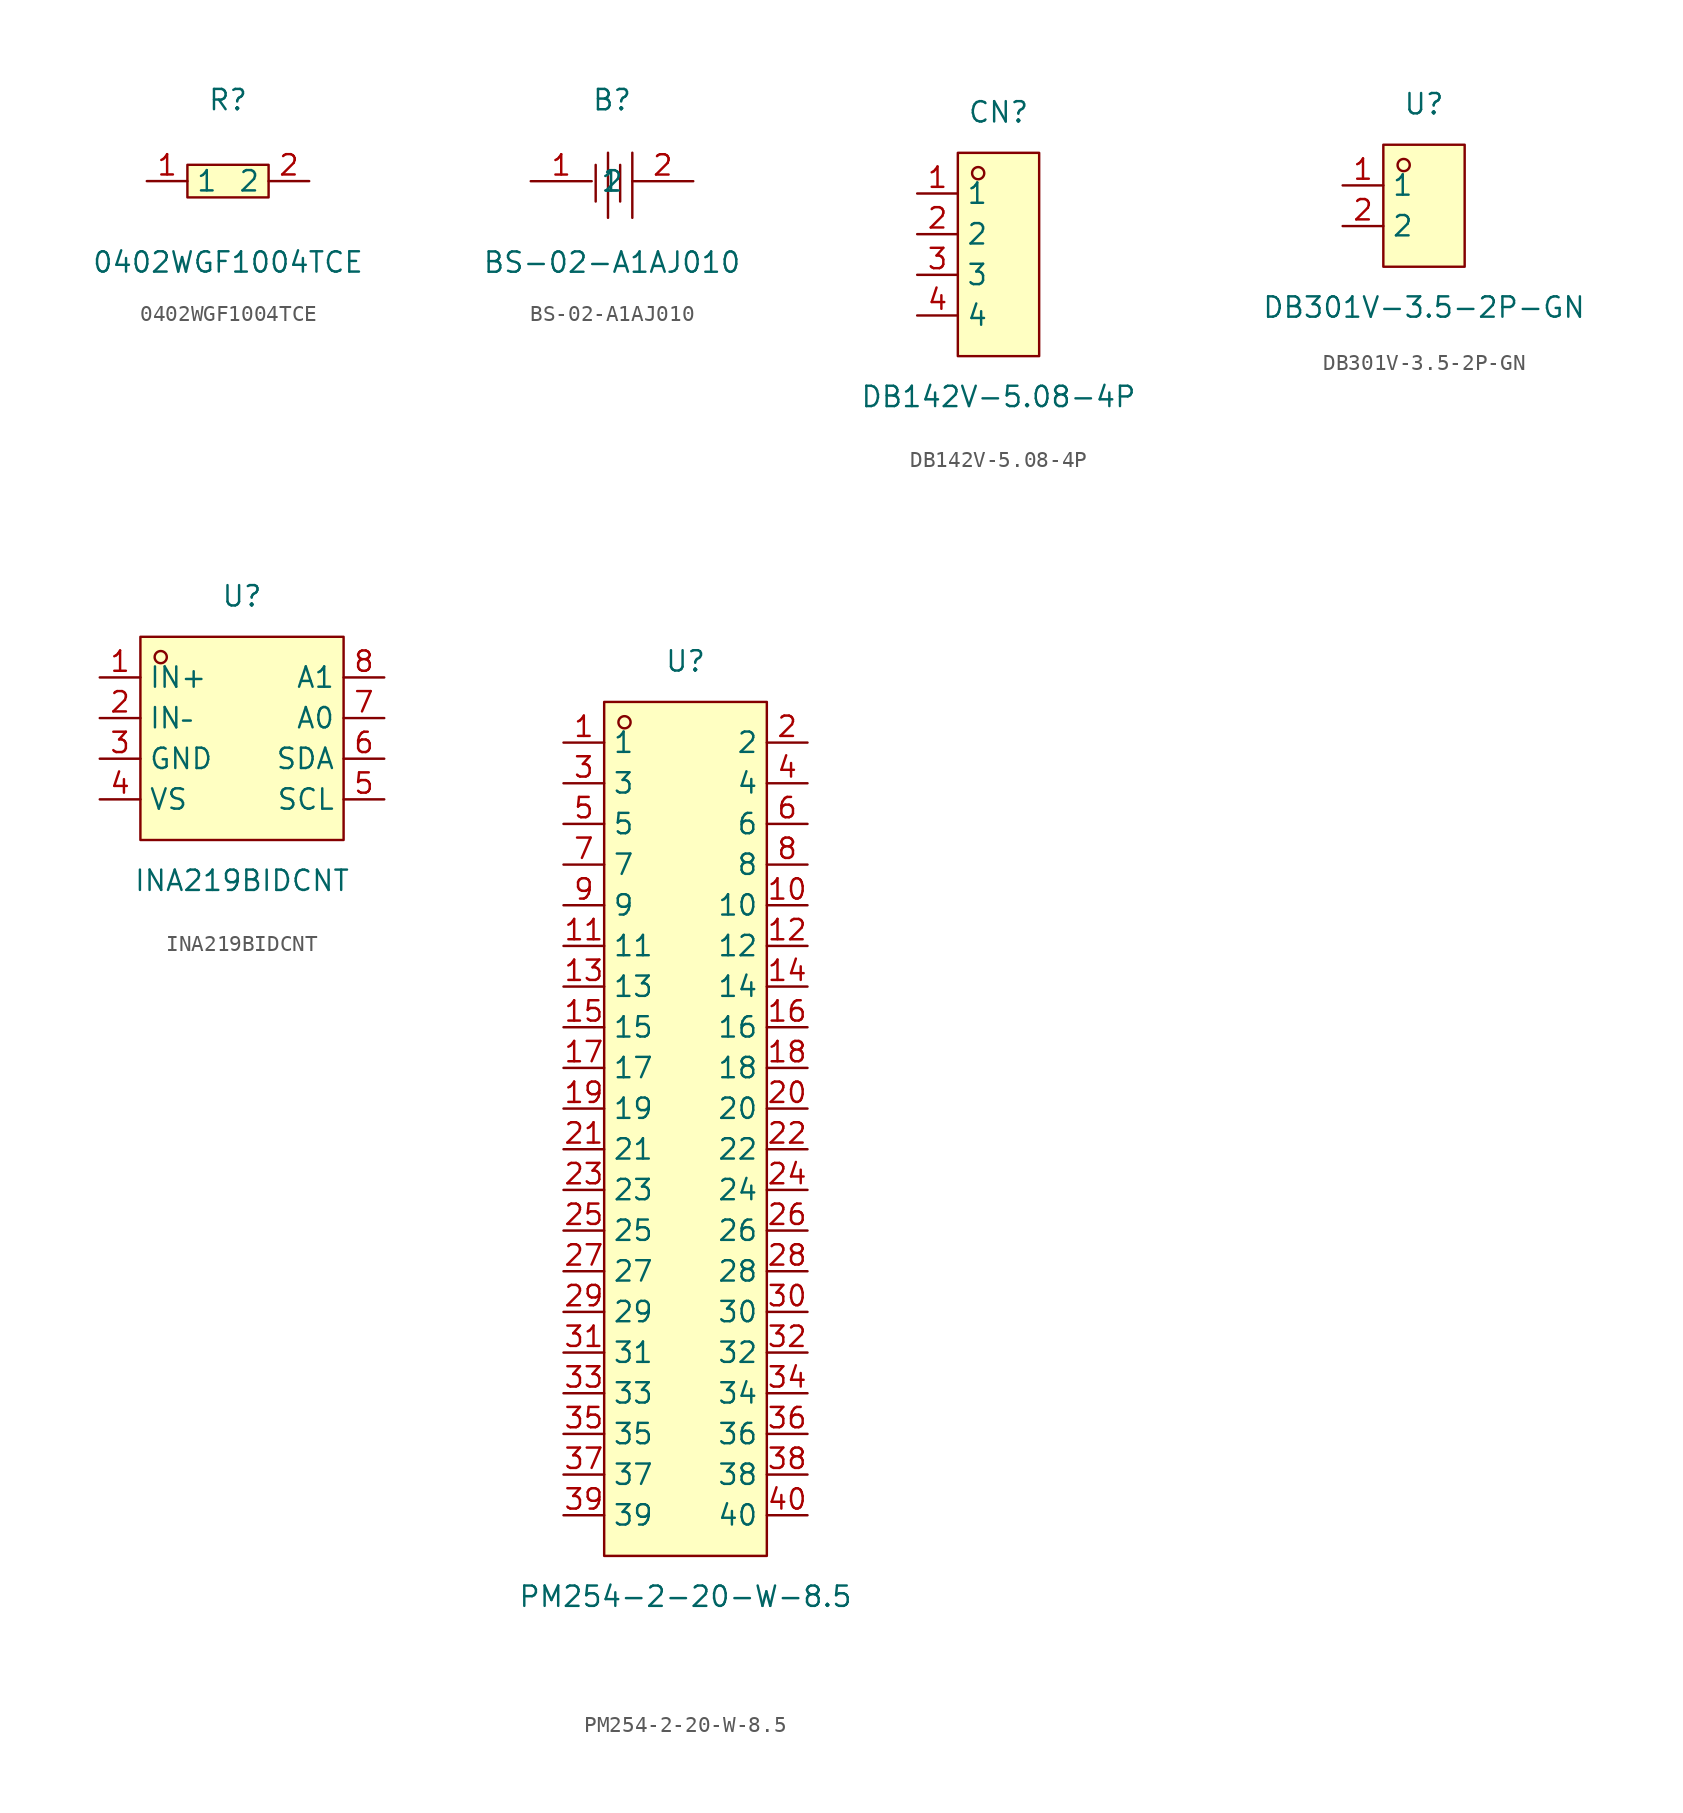
<source format=kicad_sym>
(kicad_symbol_lib
  (version 20241209)
  (generator "kicad_symbol_editor")
  (generator_version "9.0")
  (symbol "0402WGF1004TCE"
    (property "Reference" "R"
      (at 0 5.08 0)
      (effects (font (size 1.27 1.27))))
    (property "Value" "0402WGF1004TCE"
      (at 0 -5.08 0)
      (effects (font (size 1.27 1.27))))
    (symbol "0402WGF1004TCE_0_1"
      (rectangle (start -2.54 1.02) (end 2.54 -1.02) (stroke (width 0) (type default)) (fill (type background)))
      (pin input line (at -5.08 0 0) (length 2.54) (name "1" (effects (font (size 1.27 1.27)))) (number "1" (effects (font (size 1.27 1.27)))))
      (pin input line (at 5.08 0 180) (length 2.54) (name "2" (effects (font (size 1.27 1.27)))) (number "2" (effects (font (size 1.27 1.27)))))))
  (symbol "BS-02-A1AJ010"
    (property "Reference" "B"
      (at 0 5.08 0)
      (effects (font (size 1.27 1.27))))
    (property "Value" "BS-02-A1AJ010"
      (at 0 -5.08 0)
      (effects (font (size 1.27 1.27))))
    (symbol "BS-02-A1AJ010_0_1"
      (polyline (pts (xy -1.02 -1.27) (xy -1.02 1.02)) (stroke (width 0) (type default)) (fill (type none)))
      (polyline (pts (xy -0.25 -2.29) (xy -0.25 1.78)) (stroke (width 0) (type default)) (fill (type none)))
      (polyline (pts (xy 0.51 -1.27) (xy 0.51 1.02)) (stroke (width 0) (type default)) (fill (type none)))
      (polyline (pts (xy 1.27 -2.29) (xy 1.27 1.78)) (stroke (width 0) (type default)) (fill (type none)))
      (pin input line (at -5.08 0 0) (length 3.81) (name "1" (effects (font (size 1.27 1.27)))) (number "1" (effects (font (size 1.27 1.27)))))
      (pin input line (at 5.08 0 180) (length 3.81) (name "2" (effects (font (size 1.27 1.27)))) (number "2" (effects (font (size 1.27 1.27)))))))
  (symbol "DB142V-5.08-4P"
    (property "Reference" "CN"
      (at 0 8.89 0)
      (effects (font (size 1.27 1.27))))
    (property "Value" "DB142V-5.08-4P"
      (at 0 -8.89 0)
      (effects (font (size 1.27 1.27))))
    (symbol "DB142V-5.08-4P_0_1"
      (rectangle (start -2.54 6.35) (end 2.54 -6.35) (stroke (width 0) (type default)) (fill (type background)))
      (circle (center -1.27 5.08) (radius 0.38) (stroke (width 0) (type default)) (fill (type none)))
      (pin unspecified line (at -5.08 3.81 0) (length 2.54) (name "1" (effects (font (size 1.27 1.27)))) (number "1" (effects (font (size 1.27 1.27)))))
      (pin unspecified line (at -5.08 1.27 0) (length 2.54) (name "2" (effects (font (size 1.27 1.27)))) (number "2" (effects (font (size 1.27 1.27)))))
      (pin unspecified line (at -5.08 -1.27 0) (length 2.54) (name "3" (effects (font (size 1.27 1.27)))) (number "3" (effects (font (size 1.27 1.27)))))
      (pin unspecified line (at -5.08 -3.81 0) (length 2.54) (name "4" (effects (font (size 1.27 1.27)))) (number "4" (effects (font (size 1.27 1.27)))))))
  (symbol "DB301V-3.5-2P-GN"
    (property "Reference" "U"
      (at 0 6.35 0)
      (effects (font (size 1.27 1.27))))
    (property "Value" "DB301V-3.5-2P-GN"
      (at 0 -6.35 0)
      (effects (font (size 1.27 1.27))))
    (symbol "DB301V-3.5-2P-GN_0_1"
      (rectangle (start -2.54 3.81) (end 2.54 -3.81) (stroke (width 0) (type default)) (fill (type background)))
      (circle (center -1.27 2.54) (radius 0.38) (stroke (width 0) (type default)) (fill (type none)))
      (pin unspecified line (at -5.08 1.27 0) (length 2.54) (name "1" (effects (font (size 1.27 1.27)))) (number "1" (effects (font (size 1.27 1.27)))))
      (pin unspecified line (at -5.08 -1.27 0) (length 2.54) (name "2" (effects (font (size 1.27 1.27)))) (number "2" (effects (font (size 1.27 1.27)))))))
  (symbol "INA219BIDCNT"
    (property "Reference" "U"
      (at 0 8.89 0)
      (effects (font (size 1.27 1.27))))
    (property "Value" "INA219BIDCNT"
      (at 0 -8.89 0)
      (effects (font (size 1.27 1.27))))
    (symbol "INA219BIDCNT_0_1"
      (rectangle (start -6.35 6.35) (end 6.35 -6.35) (stroke (width 0) (type default)) (fill (type background)))
      (circle (center -5.08 5.08) (radius 0.38) (stroke (width 0) (type default)) (fill (type none)))
      (pin unspecified line (at -8.89 3.81 0) (length 2.54) (name "IN+" (effects (font (size 1.27 1.27)))) (number "1" (effects (font (size 1.27 1.27)))))
      (pin unspecified line (at -8.89 1.27 0) (length 2.54) (name "IN–" (effects (font (size 1.27 1.27)))) (number "2" (effects (font (size 1.27 1.27)))))
      (pin unspecified line (at -8.89 -1.27 0) (length 2.54) (name "GND" (effects (font (size 1.27 1.27)))) (number "3" (effects (font (size 1.27 1.27)))))
      (pin unspecified line (at -8.89 -3.81 0) (length 2.54) (name "VS" (effects (font (size 1.27 1.27)))) (number "4" (effects (font (size 1.27 1.27)))))
      (pin unspecified line (at 8.89 3.81 180) (length 2.54) (name "A1" (effects (font (size 1.27 1.27)))) (number "8" (effects (font (size 1.27 1.27)))))
      (pin unspecified line (at 8.89 1.27 180) (length 2.54) (name "A0" (effects (font (size 1.27 1.27)))) (number "7" (effects (font (size 1.27 1.27)))))
      (pin unspecified line (at 8.89 -1.27 180) (length 2.54) (name "SDA" (effects (font (size 1.27 1.27)))) (number "6" (effects (font (size 1.27 1.27)))))
      (pin unspecified line (at 8.89 -3.81 180) (length 2.54) (name "SCL" (effects (font (size 1.27 1.27)))) (number "5" (effects (font (size 1.27 1.27)))))))
  (symbol "PM254-2-20-W-8.5"
    (property "Reference" "U"
      (at 0 29.21 0)
      (effects (font (size 1.27 1.27))))
    (property "Value" "PM254-2-20-W-8.5"
      (at 0 -29.21 0)
      (effects (font (size 1.27 1.27))))
    (symbol "PM254-2-20-W-8.5_0_1"
      (rectangle (start -5.08 26.67) (end 5.08 -26.67) (stroke (width 0) (type default)) (fill (type background)))
      (circle (center -3.81 25.4) (radius 0.38) (stroke (width 0) (type default)) (fill (type none)))
      (pin unspecified line (at -7.62 24.13 0) (length 2.54) (name "1" (effects (font (size 1.27 1.27)))) (number "1" (effects (font (size 1.27 1.27)))))
      (pin unspecified line (at -7.62 21.59 0) (length 2.54) (name "3" (effects (font (size 1.27 1.27)))) (number "3" (effects (font (size 1.27 1.27)))))
      (pin unspecified line (at -7.62 19.05 0) (length 2.54) (name "5" (effects (font (size 1.27 1.27)))) (number "5" (effects (font (size 1.27 1.27)))))
      (pin unspecified line (at -7.62 16.51 0) (length 2.54) (name "7" (effects (font (size 1.27 1.27)))) (number "7" (effects (font (size 1.27 1.27)))))
      (pin unspecified line (at -7.62 13.97 0) (length 2.54) (name "9" (effects (font (size 1.27 1.27)))) (number "9" (effects (font (size 1.27 1.27)))))
      (pin unspecified line (at -7.62 11.43 0) (length 2.54) (name "11" (effects (font (size 1.27 1.27)))) (number "11" (effects (font (size 1.27 1.27)))))
      (pin unspecified line (at -7.62 8.89 0) (length 2.54) (name "13" (effects (font (size 1.27 1.27)))) (number "13" (effects (font (size 1.27 1.27)))))
      (pin unspecified line (at -7.62 6.35 0) (length 2.54) (name "15" (effects (font (size 1.27 1.27)))) (number "15" (effects (font (size 1.27 1.27)))))
      (pin unspecified line (at -7.62 3.81 0) (length 2.54) (name "17" (effects (font (size 1.27 1.27)))) (number "17" (effects (font (size 1.27 1.27)))))
      (pin unspecified line (at -7.62 1.27 0) (length 2.54) (name "19" (effects (font (size 1.27 1.27)))) (number "19" (effects (font (size 1.27 1.27)))))
      (pin unspecified line (at -7.62 -1.27 0) (length 2.54) (name "21" (effects (font (size 1.27 1.27)))) (number "21" (effects (font (size 1.27 1.27)))))
      (pin unspecified line (at -7.62 -3.81 0) (length 2.54) (name "23" (effects (font (size 1.27 1.27)))) (number "23" (effects (font (size 1.27 1.27)))))
      (pin unspecified line (at -7.62 -6.35 0) (length 2.54) (name "25" (effects (font (size 1.27 1.27)))) (number "25" (effects (font (size 1.27 1.27)))))
      (pin unspecified line (at -7.62 -8.89 0) (length 2.54) (name "27" (effects (font (size 1.27 1.27)))) (number "27" (effects (font (size 1.27 1.27)))))
      (pin unspecified line (at -7.62 -11.43 0) (length 2.54) (name "29" (effects (font (size 1.27 1.27)))) (number "29" (effects (font (size 1.27 1.27)))))
      (pin unspecified line (at -7.62 -13.97 0) (length 2.54) (name "31" (effects (font (size 1.27 1.27)))) (number "31" (effects (font (size 1.27 1.27)))))
      (pin unspecified line (at -7.62 -16.51 0) (length 2.54) (name "33" (effects (font (size 1.27 1.27)))) (number "33" (effects (font (size 1.27 1.27)))))
      (pin unspecified line (at -7.62 -19.05 0) (length 2.54) (name "35" (effects (font (size 1.27 1.27)))) (number "35" (effects (font (size 1.27 1.27)))))
      (pin unspecified line (at -7.62 -21.59 0) (length 2.54) (name "37" (effects (font (size 1.27 1.27)))) (number "37" (effects (font (size 1.27 1.27)))))
      (pin unspecified line (at -7.62 -24.13 0) (length 2.54) (name "39" (effects (font (size 1.27 1.27)))) (number "39" (effects (font (size 1.27 1.27)))))
      (pin unspecified line (at 7.62 24.13 180) (length 2.54) (name "2" (effects (font (size 1.27 1.27)))) (number "2" (effects (font (size 1.27 1.27)))))
      (pin unspecified line (at 7.62 21.59 180) (length 2.54) (name "4" (effects (font (size 1.27 1.27)))) (number "4" (effects (font (size 1.27 1.27)))))
      (pin unspecified line (at 7.62 19.05 180) (length 2.54) (name "6" (effects (font (size 1.27 1.27)))) (number "6" (effects (font (size 1.27 1.27)))))
      (pin unspecified line (at 7.62 16.51 180) (length 2.54) (name "8" (effects (font (size 1.27 1.27)))) (number "8" (effects (font (size 1.27 1.27)))))
      (pin unspecified line (at 7.62 13.97 180) (length 2.54) (name "10" (effects (font (size 1.27 1.27)))) (number "10" (effects (font (size 1.27 1.27)))))
      (pin unspecified line (at 7.62 11.43 180) (length 2.54) (name "12" (effects (font (size 1.27 1.27)))) (number "12" (effects (font (size 1.27 1.27)))))
      (pin unspecified line (at 7.62 8.89 180) (length 2.54) (name "14" (effects (font (size 1.27 1.27)))) (number "14" (effects (font (size 1.27 1.27)))))
      (pin unspecified line (at 7.62 6.35 180) (length 2.54) (name "16" (effects (font (size 1.27 1.27)))) (number "16" (effects (font (size 1.27 1.27)))))
      (pin unspecified line (at 7.62 3.81 180) (length 2.54) (name "18" (effects (font (size 1.27 1.27)))) (number "18" (effects (font (size 1.27 1.27)))))
      (pin unspecified line (at 7.62 1.27 180) (length 2.54) (name "20" (effects (font (size 1.27 1.27)))) (number "20" (effects (font (size 1.27 1.27)))))
      (pin unspecified line (at 7.62 -1.27 180) (length 2.54) (name "22" (effects (font (size 1.27 1.27)))) (number "22" (effects (font (size 1.27 1.27)))))
      (pin unspecified line (at 7.62 -3.81 180) (length 2.54) (name "24" (effects (font (size 1.27 1.27)))) (number "24" (effects (font (size 1.27 1.27)))))
      (pin unspecified line (at 7.62 -6.35 180) (length 2.54) (name "26" (effects (font (size 1.27 1.27)))) (number "26" (effects (font (size 1.27 1.27)))))
      (pin unspecified line (at 7.62 -8.89 180) (length 2.54) (name "28" (effects (font (size 1.27 1.27)))) (number "28" (effects (font (size 1.27 1.27)))))
      (pin unspecified line (at 7.62 -11.43 180) (length 2.54) (name "30" (effects (font (size 1.27 1.27)))) (number "30" (effects (font (size 1.27 1.27)))))
      (pin unspecified line (at 7.62 -13.97 180) (length 2.54) (name "32" (effects (font (size 1.27 1.27)))) (number "32" (effects (font (size 1.27 1.27)))))
      (pin unspecified line (at 7.62 -16.51 180) (length 2.54) (name "34" (effects (font (size 1.27 1.27)))) (number "34" (effects (font (size 1.27 1.27)))))
      (pin unspecified line (at 7.62 -19.05 180) (length 2.54) (name "36" (effects (font (size 1.27 1.27)))) (number "36" (effects (font (size 1.27 1.27)))))
      (pin unspecified line (at 7.62 -21.59 180) (length 2.54) (name "38" (effects (font (size 1.27 1.27)))) (number "38" (effects (font (size 1.27 1.27)))))
      (pin unspecified line (at 7.62 -24.13 180) (length 2.54) (name "40" (effects (font (size 1.27 1.27)))) (number "40" (effects (font (size 1.27 1.27))))))))
</source>
